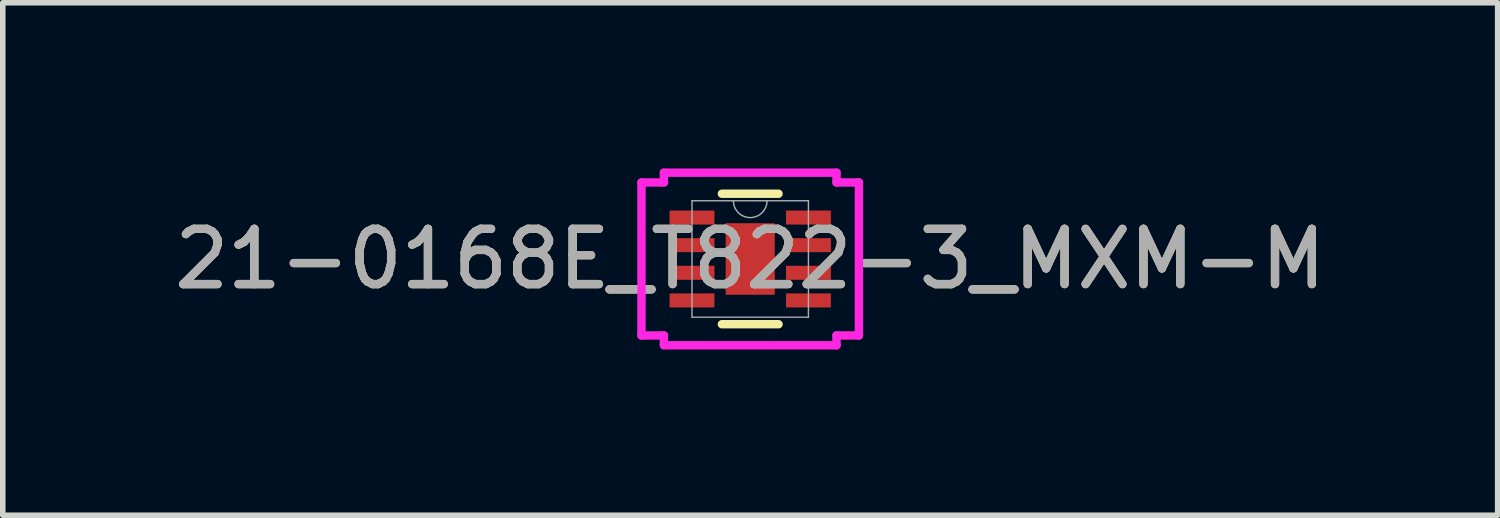
<source format=kicad_pcb>
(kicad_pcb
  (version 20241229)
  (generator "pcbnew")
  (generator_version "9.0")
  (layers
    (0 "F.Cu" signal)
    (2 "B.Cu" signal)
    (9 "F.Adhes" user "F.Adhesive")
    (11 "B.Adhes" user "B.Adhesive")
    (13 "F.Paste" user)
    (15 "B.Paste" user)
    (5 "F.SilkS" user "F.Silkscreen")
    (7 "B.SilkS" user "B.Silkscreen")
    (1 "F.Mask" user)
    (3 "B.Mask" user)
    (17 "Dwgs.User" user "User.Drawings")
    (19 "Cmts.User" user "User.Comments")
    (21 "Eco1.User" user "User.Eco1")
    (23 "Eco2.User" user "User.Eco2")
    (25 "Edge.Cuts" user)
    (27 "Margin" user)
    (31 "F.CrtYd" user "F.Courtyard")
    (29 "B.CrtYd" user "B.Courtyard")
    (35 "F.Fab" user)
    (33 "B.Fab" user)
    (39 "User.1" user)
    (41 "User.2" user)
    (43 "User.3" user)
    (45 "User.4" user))
  (footprint "21-0168E_T822-3_MXM-M"
    (layer "F.Cu")
    (at 10.53 1.638)
    (property "Reference" "21-0168E_T822-3_MXM-M" (at 0 0 0) (unlocked yes) (layer "F.SilkS") (effects (font (size 1 1) (thickness 0.15))))
    (attr smd)
    (fp_line (start -0.513 1.181) (end 0.513 1.181) (stroke (width 0.152) (type solid)) (layer "F.SilkS"))
    (fp_line (start 0.513 -1.181) (end -0.513 -1.181) (stroke (width 0.152) (type solid)) (layer "F.SilkS"))
    (fp_line (start -1.968 -1.385) (end -1.562 -1.385) (stroke (width 0.152) (type solid)) (layer "F.CrtYd"))
    (fp_line (start -1.968 1.385) (end -1.968 -1.385) (stroke (width 0.152) (type solid)) (layer "F.CrtYd"))
    (fp_line (start -1.968 1.385) (end -1.562 1.385) (stroke (width 0.152) (type solid)) (layer "F.CrtYd"))
    (fp_line (start -1.562 -1.562) (end 1.562 -1.562) (stroke (width 0.152) (type solid)) (layer "F.CrtYd"))
    (fp_line (start -1.562 -1.385) (end -1.562 -1.562) (stroke (width 0.152) (type solid)) (layer "F.CrtYd"))
    (fp_line (start -1.562 1.562) (end -1.562 1.385) (stroke (width 0.152) (type solid)) (layer "F.CrtYd"))
    (fp_line (start 1.562 -1.562) (end 1.562 -1.385) (stroke (width 0.152) (type solid)) (layer "F.CrtYd"))
    (fp_line (start 1.562 1.385) (end 1.562 1.562) (stroke (width 0.152) (type solid)) (layer "F.CrtYd"))
    (fp_line (start 1.562 1.562) (end -1.562 1.562) (stroke (width 0.152) (type solid)) (layer "F.CrtYd"))
    (fp_line (start 1.968 -1.385) (end 1.562 -1.385) (stroke (width 0.152) (type solid)) (layer "F.CrtYd"))
    (fp_line (start 1.968 -1.385) (end 1.968 1.385) (stroke (width 0.152) (type solid)) (layer "F.CrtYd"))
    (fp_line (start 1.968 1.385) (end 1.562 1.385) (stroke (width 0.152) (type solid)) (layer "F.CrtYd"))
    (fp_line (start -1.054 -1.054) (end -1.054 1.054) (stroke (width 0.025) (type solid)) (layer "F.Fab"))
    (fp_line (start -1.054 1.054) (end 1.054 1.054) (stroke (width 0.025) (type solid)) (layer "F.Fab"))
    (fp_line (start 1.054 -1.054) (end -1.054 -1.054) (stroke (width 0.025) (type solid)) (layer "F.Fab"))
    (fp_line (start 1.054 1.054) (end 1.054 -1.054) (stroke (width 0.025) (type solid)) (layer "F.Fab"))
    (fp_arc (start 0.3048 -1.0541) (mid 0 -0.7493) (end -0.3048 -1.0541) (stroke (width 0.0254) (type solid)) (layer "F.Fab"))
    (fp_text user "${REFERENCE}" (at 0 0 0) (unlocked yes) (layer "F.Fab") (effects (font (size 1 1) (thickness 0.15))))
    (pad "1" smd rect (at -1.054 -0.75) (size 0.813 0.254) (layers "F.Cu" "F.Mask" "F.Paste"))
    (pad "2" smd rect (at -1.054 -0.25) (size 0.813 0.254) (layers "F.Cu" "F.Mask" "F.Paste"))
    (pad "3" smd rect (at -1.054 0.25) (size 0.813 0.254) (layers "F.Cu" "F.Mask" "F.Paste"))
    (pad "4" smd rect (at -1.054 0.75) (size 0.813 0.254) (layers "F.Cu" "F.Mask" "F.Paste"))
    (pad "5" smd rect (at 1.054 0.75) (size 0.813 0.254) (layers "F.Cu" "F.Mask" "F.Paste"))
    (pad "6" smd rect (at 1.054 0.25) (size 0.813 0.254) (layers "F.Cu" "F.Mask" "F.Paste"))
    (pad "7" smd rect (at 1.054 -0.25) (size 0.813 0.254) (layers "F.Cu" "F.Mask" "F.Paste"))
    (pad "8" smd rect (at 1.054 -0.75) (size 0.813 0.254) (layers "F.Cu" "F.Mask" "F.Paste"))
    (pad "9" smd rect (at 0 0) (size 0.889 1.295) (layers "F.Cu" "F.Mask" "F.Paste")))
  (gr_rect
    (start -3 -3)
    (end 24.06 6.277)
    (stroke (width 0.1) (type default))
    (fill no)
    (layer "Edge.Cuts")))
</source>
